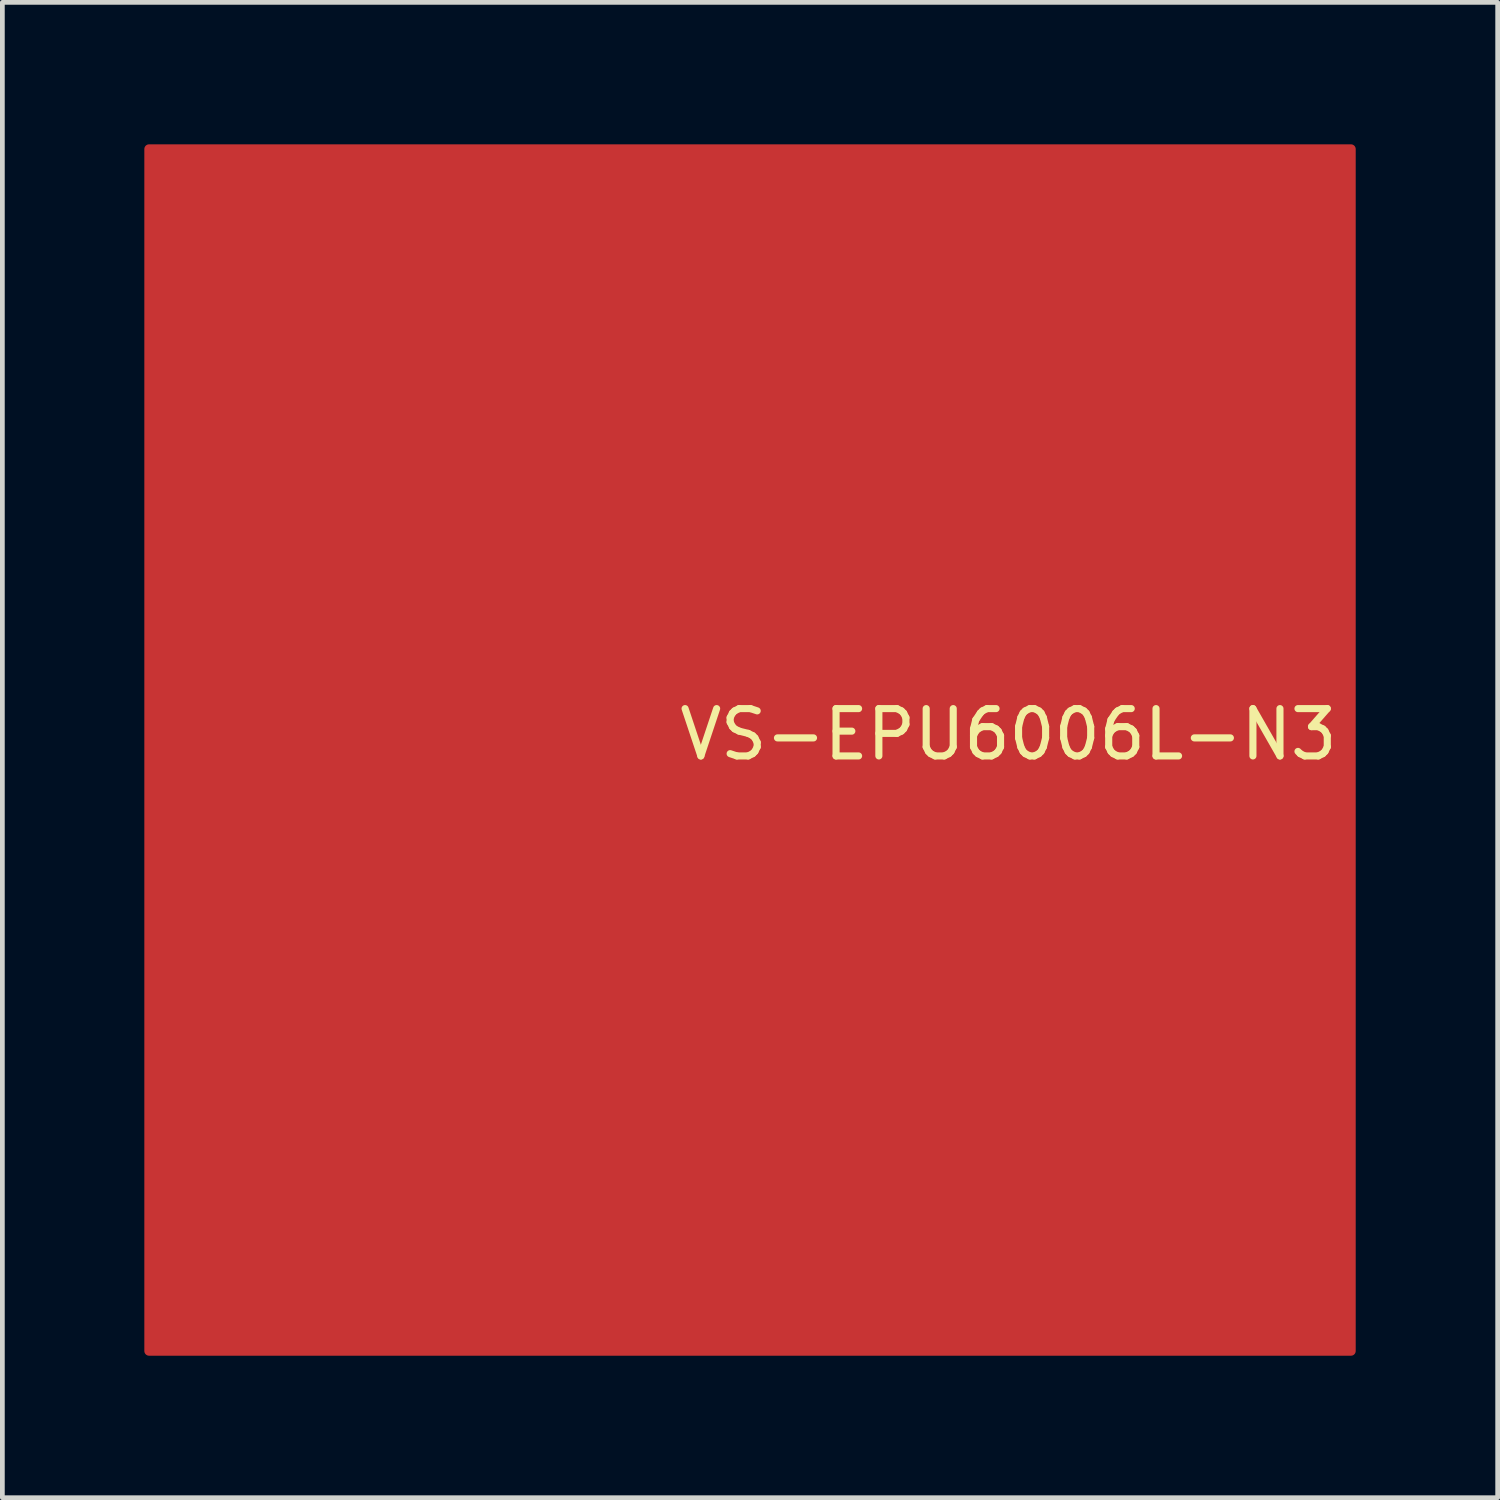
<source format=kicad_pcb>
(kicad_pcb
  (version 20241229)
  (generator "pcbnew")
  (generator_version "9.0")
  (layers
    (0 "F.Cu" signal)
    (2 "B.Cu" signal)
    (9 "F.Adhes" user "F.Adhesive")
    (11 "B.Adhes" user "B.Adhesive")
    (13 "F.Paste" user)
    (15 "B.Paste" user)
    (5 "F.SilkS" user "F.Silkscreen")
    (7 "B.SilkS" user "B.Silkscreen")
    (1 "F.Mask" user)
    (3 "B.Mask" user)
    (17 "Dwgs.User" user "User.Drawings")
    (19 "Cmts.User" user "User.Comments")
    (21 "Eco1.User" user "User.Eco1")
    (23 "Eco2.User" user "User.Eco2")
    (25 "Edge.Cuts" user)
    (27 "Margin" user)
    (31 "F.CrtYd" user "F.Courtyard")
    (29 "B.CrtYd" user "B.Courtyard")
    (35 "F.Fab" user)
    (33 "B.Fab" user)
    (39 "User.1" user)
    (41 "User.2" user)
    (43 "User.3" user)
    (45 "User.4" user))
  (footprint "VS-EPU6006L-N3"
    (layer "F.Cu")
    (at 12.8 12.8)
    (property "Reference" "VS-EPU6006L-N3" (at 5.461 -0.33 0) (layer "F.SilkS") (effects (font (size 1 1) (thickness 0.15))))
    (attr through_hole)
    (fp_rect (start -12.7 -12.7) (end 12.7 12.7) (stroke (width 0.2) (type solid)) (fill yes) (layer "F.Cu")))
  (gr_rect
    (start -3 -3)
    (end 28.6 28.6)
    (stroke (width 0.1) (type default))
    (fill no)
    (layer "Edge.Cuts")))
</source>
